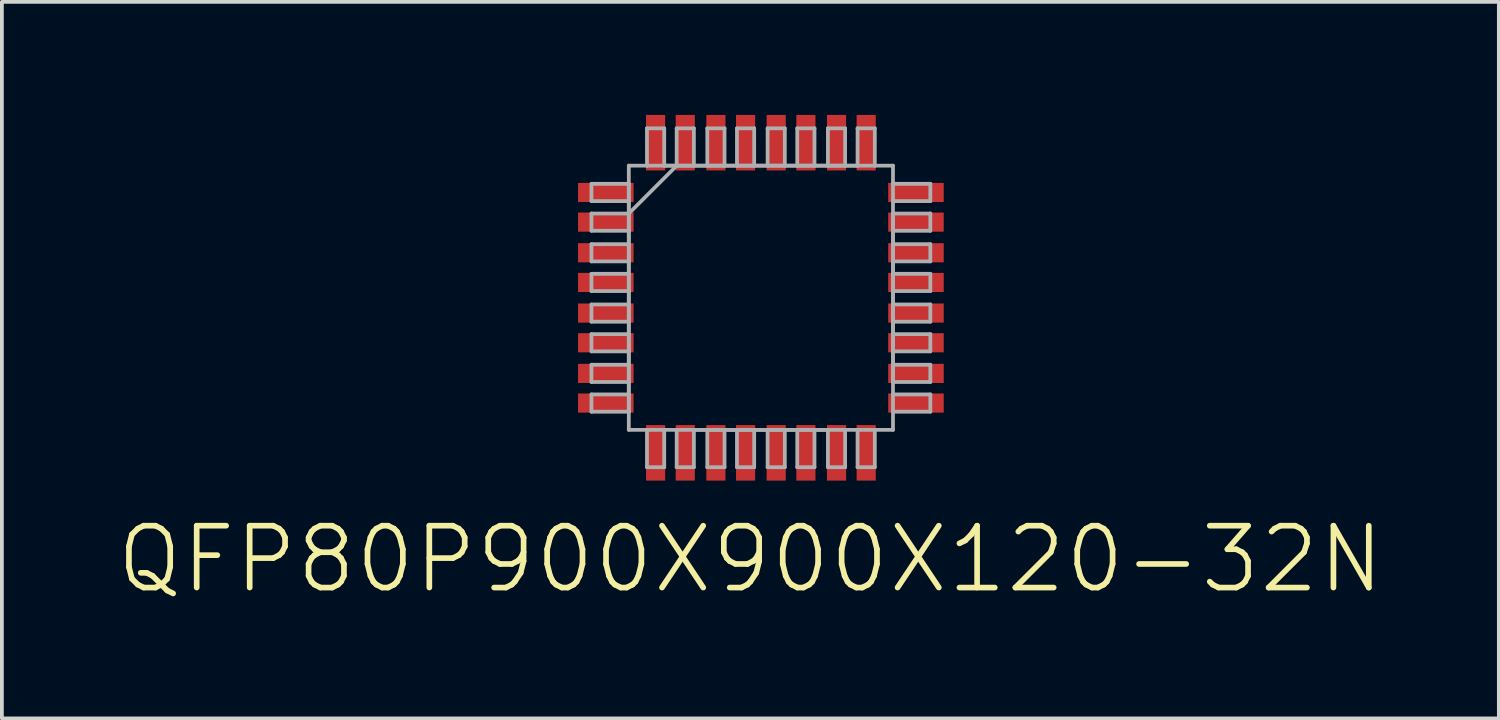
<source format=kicad_pcb>
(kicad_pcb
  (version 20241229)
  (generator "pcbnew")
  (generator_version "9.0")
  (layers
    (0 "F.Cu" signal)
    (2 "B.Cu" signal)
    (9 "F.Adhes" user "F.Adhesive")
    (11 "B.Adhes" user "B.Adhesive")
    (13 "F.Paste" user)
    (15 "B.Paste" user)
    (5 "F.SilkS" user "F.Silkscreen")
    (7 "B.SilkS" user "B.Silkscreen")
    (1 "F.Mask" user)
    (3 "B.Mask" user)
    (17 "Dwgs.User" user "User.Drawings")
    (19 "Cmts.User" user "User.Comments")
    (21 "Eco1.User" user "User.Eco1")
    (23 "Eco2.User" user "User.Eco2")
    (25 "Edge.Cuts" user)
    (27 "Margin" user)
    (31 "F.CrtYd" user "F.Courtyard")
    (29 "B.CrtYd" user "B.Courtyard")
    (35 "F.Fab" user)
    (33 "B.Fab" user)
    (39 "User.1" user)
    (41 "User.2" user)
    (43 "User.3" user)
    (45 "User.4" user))
  (footprint "QFP80P900X900X120-32N"
    (layer "F.Cu")
    (at 17.14 4.851)
    (property "Reference" "QFP80P900X900X120-32N" (at -0.28 6.938 0) (layer "F.SilkS") (effects (font (size 1.641 1.641) (thickness 0.15))))
    (attr smd)
    (fp_line (start -4.496 -3.023) (end -4.496 -2.565) (stroke (width 0.1) (type solid)) (layer "F.Fab"))
    (fp_line (start -4.496 -2.565) (end -3.505 -2.565) (stroke (width 0.1) (type solid)) (layer "F.Fab"))
    (fp_line (start -4.496 -2.235) (end -4.496 -1.778) (stroke (width 0.1) (type solid)) (layer "F.Fab"))
    (fp_line (start -4.496 -1.778) (end -3.505 -1.778) (stroke (width 0.1) (type solid)) (layer "F.Fab"))
    (fp_line (start -4.496 -1.422) (end -4.496 -0.965) (stroke (width 0.1) (type solid)) (layer "F.Fab"))
    (fp_line (start -4.496 -0.965) (end -3.505 -0.965) (stroke (width 0.1) (type solid)) (layer "F.Fab"))
    (fp_line (start -4.496 -0.635) (end -4.496 -0.178) (stroke (width 0.1) (type solid)) (layer "F.Fab"))
    (fp_line (start -4.496 -0.178) (end -3.505 -0.178) (stroke (width 0.1) (type solid)) (layer "F.Fab"))
    (fp_line (start -4.496 0.178) (end -4.496 0.635) (stroke (width 0.1) (type solid)) (layer "F.Fab"))
    (fp_line (start -4.496 0.635) (end -3.505 0.635) (stroke (width 0.1) (type solid)) (layer "F.Fab"))
    (fp_line (start -4.496 0.965) (end -4.496 1.422) (stroke (width 0.1) (type solid)) (layer "F.Fab"))
    (fp_line (start -4.496 1.422) (end -3.505 1.422) (stroke (width 0.1) (type solid)) (layer "F.Fab"))
    (fp_line (start -4.496 1.778) (end -4.496 2.235) (stroke (width 0.1) (type solid)) (layer "F.Fab"))
    (fp_line (start -4.496 2.235) (end -3.505 2.235) (stroke (width 0.1) (type solid)) (layer "F.Fab"))
    (fp_line (start -4.496 2.565) (end -4.496 3.023) (stroke (width 0.1) (type solid)) (layer "F.Fab"))
    (fp_line (start -4.496 3.023) (end -3.505 3.023) (stroke (width 0.1) (type solid)) (layer "F.Fab"))
    (fp_line (start -3.505 -3.505) (end -3.505 -3.023) (stroke (width 0.1) (type solid)) (layer "F.Fab"))
    (fp_line (start -3.505 -3.023) (end -4.496 -3.023) (stroke (width 0.1) (type solid)) (layer "F.Fab"))
    (fp_line (start -3.505 -3.023) (end -3.505 3.023) (stroke (width 0.1) (type solid)) (layer "F.Fab"))
    (fp_line (start -3.505 -2.565) (end -3.505 -3.023) (stroke (width 0.1) (type solid)) (layer "F.Fab"))
    (fp_line (start -3.505 -2.565) (end -3.505 -2.235) (stroke (width 0.1) (type solid)) (layer "F.Fab"))
    (fp_line (start -3.505 -2.235) (end -4.496 -2.235) (stroke (width 0.1) (type solid)) (layer "F.Fab"))
    (fp_line (start -3.505 -2.235) (end -2.235 -3.505) (stroke (width 0.1) (type solid)) (layer "F.Fab"))
    (fp_line (start -3.505 -1.778) (end -3.505 -2.235) (stroke (width 0.1) (type solid)) (layer "F.Fab"))
    (fp_line (start -3.505 -1.778) (end -3.505 -1.422) (stroke (width 0.1) (type solid)) (layer "F.Fab"))
    (fp_line (start -3.505 -1.422) (end -4.496 -1.422) (stroke (width 0.1) (type solid)) (layer "F.Fab"))
    (fp_line (start -3.505 -0.965) (end -3.505 -1.422) (stroke (width 0.1) (type solid)) (layer "F.Fab"))
    (fp_line (start -3.505 -0.965) (end -3.505 -0.635) (stroke (width 0.1) (type solid)) (layer "F.Fab"))
    (fp_line (start -3.505 -0.635) (end -4.496 -0.635) (stroke (width 0.1) (type solid)) (layer "F.Fab"))
    (fp_line (start -3.505 -0.178) (end -3.505 -0.635) (stroke (width 0.1) (type solid)) (layer "F.Fab"))
    (fp_line (start -3.505 -0.178) (end -3.505 0.178) (stroke (width 0.1) (type solid)) (layer "F.Fab"))
    (fp_line (start -3.505 0.178) (end -4.496 0.178) (stroke (width 0.1) (type solid)) (layer "F.Fab"))
    (fp_line (start -3.505 0.635) (end -3.505 0.178) (stroke (width 0.1) (type solid)) (layer "F.Fab"))
    (fp_line (start -3.505 0.635) (end -3.505 0.965) (stroke (width 0.1) (type solid)) (layer "F.Fab"))
    (fp_line (start -3.505 0.965) (end -4.496 0.965) (stroke (width 0.1) (type solid)) (layer "F.Fab"))
    (fp_line (start -3.505 1.422) (end -3.505 0.965) (stroke (width 0.1) (type solid)) (layer "F.Fab"))
    (fp_line (start -3.505 1.422) (end -3.505 1.778) (stroke (width 0.1) (type solid)) (layer "F.Fab"))
    (fp_line (start -3.505 1.778) (end -4.496 1.778) (stroke (width 0.1) (type solid)) (layer "F.Fab"))
    (fp_line (start -3.505 2.235) (end -3.505 1.778) (stroke (width 0.1) (type solid)) (layer "F.Fab"))
    (fp_line (start -3.505 2.235) (end -3.505 2.565) (stroke (width 0.1) (type solid)) (layer "F.Fab"))
    (fp_line (start -3.505 2.565) (end -4.496 2.565) (stroke (width 0.1) (type solid)) (layer "F.Fab"))
    (fp_line (start -3.505 3.023) (end -3.505 2.565) (stroke (width 0.1) (type solid)) (layer "F.Fab"))
    (fp_line (start -3.505 3.023) (end -3.505 3.505) (stroke (width 0.1) (type solid)) (layer "F.Fab"))
    (fp_line (start -3.505 3.505) (end -3.023 3.505) (stroke (width 0.1) (type solid)) (layer "F.Fab"))
    (fp_line (start -3.023 -4.496) (end -3.023 -3.505) (stroke (width 0.1) (type solid)) (layer "F.Fab"))
    (fp_line (start -3.023 -3.505) (end -3.505 -3.505) (stroke (width 0.1) (type solid)) (layer "F.Fab"))
    (fp_line (start -3.023 -3.505) (end -2.565 -3.505) (stroke (width 0.1) (type solid)) (layer "F.Fab"))
    (fp_line (start -3.023 3.505) (end -3.023 4.496) (stroke (width 0.1) (type solid)) (layer "F.Fab"))
    (fp_line (start -3.023 4.496) (end -2.565 4.496) (stroke (width 0.1) (type solid)) (layer "F.Fab"))
    (fp_line (start -2.565 -4.496) (end -3.023 -4.496) (stroke (width 0.1) (type solid)) (layer "F.Fab"))
    (fp_line (start -2.565 -3.505) (end -2.565 -4.496) (stroke (width 0.1) (type solid)) (layer "F.Fab"))
    (fp_line (start -2.565 3.505) (end -3.023 3.505) (stroke (width 0.1) (type solid)) (layer "F.Fab"))
    (fp_line (start -2.565 3.505) (end -2.235 3.505) (stroke (width 0.1) (type solid)) (layer "F.Fab"))
    (fp_line (start -2.565 4.496) (end -2.565 3.505) (stroke (width 0.1) (type solid)) (layer "F.Fab"))
    (fp_line (start -2.235 -4.496) (end -2.235 -3.505) (stroke (width 0.1) (type solid)) (layer "F.Fab"))
    (fp_line (start -2.235 -3.505) (end -2.565 -3.505) (stroke (width 0.1) (type solid)) (layer "F.Fab"))
    (fp_line (start -2.235 -3.505) (end -1.778 -3.505) (stroke (width 0.1) (type solid)) (layer "F.Fab"))
    (fp_line (start -2.235 3.505) (end -2.235 4.496) (stroke (width 0.1) (type solid)) (layer "F.Fab"))
    (fp_line (start -2.235 4.496) (end -1.778 4.496) (stroke (width 0.1) (type solid)) (layer "F.Fab"))
    (fp_line (start -1.778 -4.496) (end -2.235 -4.496) (stroke (width 0.1) (type solid)) (layer "F.Fab"))
    (fp_line (start -1.778 -3.505) (end -1.778 -4.496) (stroke (width 0.1) (type solid)) (layer "F.Fab"))
    (fp_line (start -1.778 3.505) (end -2.235 3.505) (stroke (width 0.1) (type solid)) (layer "F.Fab"))
    (fp_line (start -1.778 3.505) (end -1.422 3.505) (stroke (width 0.1) (type solid)) (layer "F.Fab"))
    (fp_line (start -1.778 3.505) (end 1.778 3.505) (stroke (width 0.1) (type solid)) (layer "F.Fab"))
    (fp_line (start -1.778 4.496) (end -1.778 3.505) (stroke (width 0.1) (type solid)) (layer "F.Fab"))
    (fp_line (start -1.422 -4.496) (end -1.422 -3.505) (stroke (width 0.1) (type solid)) (layer "F.Fab"))
    (fp_line (start -1.422 -3.505) (end -1.778 -3.505) (stroke (width 0.1) (type solid)) (layer "F.Fab"))
    (fp_line (start -1.422 -3.505) (end -0.965 -3.505) (stroke (width 0.1) (type solid)) (layer "F.Fab"))
    (fp_line (start -1.422 3.505) (end -1.422 4.496) (stroke (width 0.1) (type solid)) (layer "F.Fab"))
    (fp_line (start -1.422 4.496) (end -0.965 4.496) (stroke (width 0.1) (type solid)) (layer "F.Fab"))
    (fp_line (start -0.965 -4.496) (end -1.422 -4.496) (stroke (width 0.1) (type solid)) (layer "F.Fab"))
    (fp_line (start -0.965 -3.505) (end -0.965 -4.496) (stroke (width 0.1) (type solid)) (layer "F.Fab"))
    (fp_line (start -0.965 3.505) (end -1.422 3.505) (stroke (width 0.1) (type solid)) (layer "F.Fab"))
    (fp_line (start -0.965 3.505) (end -0.635 3.505) (stroke (width 0.1) (type solid)) (layer "F.Fab"))
    (fp_line (start -0.965 4.496) (end -0.965 3.505) (stroke (width 0.1) (type solid)) (layer "F.Fab"))
    (fp_line (start -0.635 -4.496) (end -0.635 -3.505) (stroke (width 0.1) (type solid)) (layer "F.Fab"))
    (fp_line (start -0.635 -3.505) (end -0.965 -3.505) (stroke (width 0.1) (type solid)) (layer "F.Fab"))
    (fp_line (start -0.635 -3.505) (end -0.178 -3.505) (stroke (width 0.1) (type solid)) (layer "F.Fab"))
    (fp_line (start -0.635 3.505) (end -0.635 4.496) (stroke (width 0.1) (type solid)) (layer "F.Fab"))
    (fp_line (start -0.635 4.496) (end -0.178 4.496) (stroke (width 0.1) (type solid)) (layer "F.Fab"))
    (fp_line (start -0.178 -4.496) (end -0.635 -4.496) (stroke (width 0.1) (type solid)) (layer "F.Fab"))
    (fp_line (start -0.178 -3.505) (end -0.178 -4.496) (stroke (width 0.1) (type solid)) (layer "F.Fab"))
    (fp_line (start -0.178 3.505) (end -0.635 3.505) (stroke (width 0.1) (type solid)) (layer "F.Fab"))
    (fp_line (start -0.178 3.505) (end 0.178 3.505) (stroke (width 0.1) (type solid)) (layer "F.Fab"))
    (fp_line (start -0.178 4.496) (end -0.178 3.505) (stroke (width 0.1) (type solid)) (layer "F.Fab"))
    (fp_line (start 0.178 -4.496) (end 0.178 -3.505) (stroke (width 0.1) (type solid)) (layer "F.Fab"))
    (fp_line (start 0.178 -3.505) (end -0.178 -3.505) (stroke (width 0.1) (type solid)) (layer "F.Fab"))
    (fp_line (start 0.178 -3.505) (end 0.635 -3.505) (stroke (width 0.1) (type solid)) (layer "F.Fab"))
    (fp_line (start 0.178 3.505) (end 0.178 4.496) (stroke (width 0.1) (type solid)) (layer "F.Fab"))
    (fp_line (start 0.178 4.496) (end 0.635 4.496) (stroke (width 0.1) (type solid)) (layer "F.Fab"))
    (fp_line (start 0.635 -4.496) (end 0.178 -4.496) (stroke (width 0.1) (type solid)) (layer "F.Fab"))
    (fp_line (start 0.635 -3.505) (end 0.635 -4.496) (stroke (width 0.1) (type solid)) (layer "F.Fab"))
    (fp_line (start 0.635 3.505) (end 0.178 3.505) (stroke (width 0.1) (type solid)) (layer "F.Fab"))
    (fp_line (start 0.635 3.505) (end 0.965 3.505) (stroke (width 0.1) (type solid)) (layer "F.Fab"))
    (fp_line (start 0.635 4.496) (end 0.635 3.505) (stroke (width 0.1) (type solid)) (layer "F.Fab"))
    (fp_line (start 0.965 -4.496) (end 0.965 -3.505) (stroke (width 0.1) (type solid)) (layer "F.Fab"))
    (fp_line (start 0.965 -3.505) (end 0.635 -3.505) (stroke (width 0.1) (type solid)) (layer "F.Fab"))
    (fp_line (start 0.965 -3.505) (end 1.422 -3.505) (stroke (width 0.1) (type solid)) (layer "F.Fab"))
    (fp_line (start 0.965 3.505) (end 0.965 4.496) (stroke (width 0.1) (type solid)) (layer "F.Fab"))
    (fp_line (start 0.965 4.496) (end 1.422 4.496) (stroke (width 0.1) (type solid)) (layer "F.Fab"))
    (fp_line (start 1.422 -4.496) (end 0.965 -4.496) (stroke (width 0.1) (type solid)) (layer "F.Fab"))
    (fp_line (start 1.422 -3.505) (end 1.422 -4.496) (stroke (width 0.1) (type solid)) (layer "F.Fab"))
    (fp_line (start 1.422 3.505) (end 0.965 3.505) (stroke (width 0.1) (type solid)) (layer "F.Fab"))
    (fp_line (start 1.422 3.505) (end 1.778 3.505) (stroke (width 0.1) (type solid)) (layer "F.Fab"))
    (fp_line (start 1.422 4.496) (end 1.422 3.505) (stroke (width 0.1) (type solid)) (layer "F.Fab"))
    (fp_line (start 1.778 -4.496) (end 1.778 -3.505) (stroke (width 0.1) (type solid)) (layer "F.Fab"))
    (fp_line (start 1.778 -3.505) (end 1.422 -3.505) (stroke (width 0.1) (type solid)) (layer "F.Fab"))
    (fp_line (start 1.778 -3.505) (end 2.235 -3.505) (stroke (width 0.1) (type solid)) (layer "F.Fab"))
    (fp_line (start 1.778 3.505) (end 1.778 4.496) (stroke (width 0.1) (type solid)) (layer "F.Fab"))
    (fp_line (start 1.778 4.496) (end 2.235 4.496) (stroke (width 0.1) (type solid)) (layer "F.Fab"))
    (fp_line (start 2.235 -4.496) (end 1.778 -4.496) (stroke (width 0.1) (type solid)) (layer "F.Fab"))
    (fp_line (start 2.235 -3.505) (end 2.235 -4.496) (stroke (width 0.1) (type solid)) (layer "F.Fab"))
    (fp_line (start 2.235 3.505) (end 1.778 3.505) (stroke (width 0.1) (type solid)) (layer "F.Fab"))
    (fp_line (start 2.235 3.505) (end 2.565 3.505) (stroke (width 0.1) (type solid)) (layer "F.Fab"))
    (fp_line (start 2.235 4.496) (end 2.235 3.505) (stroke (width 0.1) (type solid)) (layer "F.Fab"))
    (fp_line (start 2.565 -4.496) (end 2.565 -3.505) (stroke (width 0.1) (type solid)) (layer "F.Fab"))
    (fp_line (start 2.565 -3.505) (end -2.565 -3.505) (stroke (width 0.1) (type solid)) (layer "F.Fab"))
    (fp_line (start 2.565 -3.505) (end 2.235 -3.505) (stroke (width 0.1) (type solid)) (layer "F.Fab"))
    (fp_line (start 2.565 -3.505) (end 3.023 -3.505) (stroke (width 0.1) (type solid)) (layer "F.Fab"))
    (fp_line (start 2.565 3.505) (end 2.565 4.496) (stroke (width 0.1) (type solid)) (layer "F.Fab"))
    (fp_line (start 2.565 4.496) (end 3.023 4.496) (stroke (width 0.1) (type solid)) (layer "F.Fab"))
    (fp_line (start 3.023 -4.496) (end 2.565 -4.496) (stroke (width 0.1) (type solid)) (layer "F.Fab"))
    (fp_line (start 3.023 -3.505) (end 3.023 -4.496) (stroke (width 0.1) (type solid)) (layer "F.Fab"))
    (fp_line (start 3.023 3.505) (end 2.565 3.505) (stroke (width 0.1) (type solid)) (layer "F.Fab"))
    (fp_line (start 3.023 3.505) (end 3.505 3.505) (stroke (width 0.1) (type solid)) (layer "F.Fab"))
    (fp_line (start 3.023 4.496) (end 3.023 3.505) (stroke (width 0.1) (type solid)) (layer "F.Fab"))
    (fp_line (start 3.505 -3.505) (end 3.023 -3.505) (stroke (width 0.1) (type solid)) (layer "F.Fab"))
    (fp_line (start 3.505 -3.023) (end 3.505 -3.505) (stroke (width 0.1) (type solid)) (layer "F.Fab"))
    (fp_line (start 3.505 -3.023) (end 3.505 -2.565) (stroke (width 0.1) (type solid)) (layer "F.Fab"))
    (fp_line (start 3.505 -2.565) (end 4.496 -2.565) (stroke (width 0.1) (type solid)) (layer "F.Fab"))
    (fp_line (start 3.505 -2.235) (end 3.505 -2.565) (stroke (width 0.1) (type solid)) (layer "F.Fab"))
    (fp_line (start 3.505 -2.235) (end 3.505 -1.778) (stroke (width 0.1) (type solid)) (layer "F.Fab"))
    (fp_line (start 3.505 -1.778) (end 4.496 -1.778) (stroke (width 0.1) (type solid)) (layer "F.Fab"))
    (fp_line (start 3.505 -1.422) (end 3.505 -1.778) (stroke (width 0.1) (type solid)) (layer "F.Fab"))
    (fp_line (start 3.505 -1.422) (end 3.505 -0.965) (stroke (width 0.1) (type solid)) (layer "F.Fab"))
    (fp_line (start 3.505 -0.965) (end 4.496 -0.965) (stroke (width 0.1) (type solid)) (layer "F.Fab"))
    (fp_line (start 3.505 -0.635) (end 3.505 -0.965) (stroke (width 0.1) (type solid)) (layer "F.Fab"))
    (fp_line (start 3.505 -0.635) (end 3.505 -0.178) (stroke (width 0.1) (type solid)) (layer "F.Fab"))
    (fp_line (start 3.505 -0.178) (end 4.496 -0.178) (stroke (width 0.1) (type solid)) (layer "F.Fab"))
    (fp_line (start 3.505 0.178) (end 3.505 -0.178) (stroke (width 0.1) (type solid)) (layer "F.Fab"))
    (fp_line (start 3.505 0.178) (end 3.505 0.635) (stroke (width 0.1) (type solid)) (layer "F.Fab"))
    (fp_line (start 3.505 0.635) (end 4.496 0.635) (stroke (width 0.1) (type solid)) (layer "F.Fab"))
    (fp_line (start 3.505 0.965) (end 3.505 0.635) (stroke (width 0.1) (type solid)) (layer "F.Fab"))
    (fp_line (start 3.505 0.965) (end 3.505 1.422) (stroke (width 0.1) (type solid)) (layer "F.Fab"))
    (fp_line (start 3.505 1.422) (end 4.496 1.422) (stroke (width 0.1) (type solid)) (layer "F.Fab"))
    (fp_line (start 3.505 1.778) (end 3.505 1.422) (stroke (width 0.1) (type solid)) (layer "F.Fab"))
    (fp_line (start 3.505 1.778) (end 3.505 2.235) (stroke (width 0.1) (type solid)) (layer "F.Fab"))
    (fp_line (start 3.505 2.235) (end 3.505 -2.235) (stroke (width 0.1) (type solid)) (layer "F.Fab"))
    (fp_line (start 3.505 2.235) (end 4.496 2.235) (stroke (width 0.1) (type solid)) (layer "F.Fab"))
    (fp_line (start 3.505 2.565) (end 3.505 2.235) (stroke (width 0.1) (type solid)) (layer "F.Fab"))
    (fp_line (start 3.505 2.565) (end 3.505 3.023) (stroke (width 0.1) (type solid)) (layer "F.Fab"))
    (fp_line (start 3.505 3.023) (end 4.496 3.023) (stroke (width 0.1) (type solid)) (layer "F.Fab"))
    (fp_line (start 3.505 3.505) (end 3.505 3.023) (stroke (width 0.1) (type solid)) (layer "F.Fab"))
    (fp_line (start 4.496 -3.023) (end 3.505 -3.023) (stroke (width 0.1) (type solid)) (layer "F.Fab"))
    (fp_line (start 4.496 -2.565) (end 4.496 -3.023) (stroke (width 0.1) (type solid)) (layer "F.Fab"))
    (fp_line (start 4.496 -2.235) (end 3.505 -2.235) (stroke (width 0.1) (type solid)) (layer "F.Fab"))
    (fp_line (start 4.496 -1.778) (end 4.496 -2.235) (stroke (width 0.1) (type solid)) (layer "F.Fab"))
    (fp_line (start 4.496 -1.422) (end 3.505 -1.422) (stroke (width 0.1) (type solid)) (layer "F.Fab"))
    (fp_line (start 4.496 -0.965) (end 4.496 -1.422) (stroke (width 0.1) (type solid)) (layer "F.Fab"))
    (fp_line (start 4.496 -0.635) (end 3.505 -0.635) (stroke (width 0.1) (type solid)) (layer "F.Fab"))
    (fp_line (start 4.496 -0.178) (end 4.496 -0.635) (stroke (width 0.1) (type solid)) (layer "F.Fab"))
    (fp_line (start 4.496 0.178) (end 3.505 0.178) (stroke (width 0.1) (type solid)) (layer "F.Fab"))
    (fp_line (start 4.496 0.635) (end 4.496 0.178) (stroke (width 0.1) (type solid)) (layer "F.Fab"))
    (fp_line (start 4.496 0.965) (end 3.505 0.965) (stroke (width 0.1) (type solid)) (layer "F.Fab"))
    (fp_line (start 4.496 1.422) (end 4.496 0.965) (stroke (width 0.1) (type solid)) (layer "F.Fab"))
    (fp_line (start 4.496 1.778) (end 3.505 1.778) (stroke (width 0.1) (type solid)) (layer "F.Fab"))
    (fp_line (start 4.496 2.235) (end 4.496 1.778) (stroke (width 0.1) (type solid)) (layer "F.Fab"))
    (fp_line (start 4.496 2.565) (end 3.505 2.565) (stroke (width 0.1) (type solid)) (layer "F.Fab"))
    (fp_line (start 4.496 3.023) (end 4.496 2.565) (stroke (width 0.1) (type solid)) (layer "F.Fab"))
    (pad "1" smd rect (at -4.115 -2.794 270) (size 0.508 1.473) (layers "F.Cu" "F.Mask" "F.Paste"))
    (pad "2" smd rect (at -4.115 -2.007 270) (size 0.508 1.473) (layers "F.Cu" "F.Mask" "F.Paste"))
    (pad "3" smd rect (at -4.115 -1.194 270) (size 0.508 1.473) (layers "F.Cu" "F.Mask" "F.Paste"))
    (pad "4" smd rect (at -4.115 -0.406 270) (size 0.508 1.473) (layers "F.Cu" "F.Mask" "F.Paste"))
    (pad "5" smd rect (at -4.115 0.406 270) (size 0.508 1.473) (layers "F.Cu" "F.Mask" "F.Paste"))
    (pad "6" smd rect (at -4.115 1.194 270) (size 0.508 1.473) (layers "F.Cu" "F.Mask" "F.Paste"))
    (pad "7" smd rect (at -4.115 2.007 270) (size 0.508 1.473) (layers "F.Cu" "F.Mask" "F.Paste"))
    (pad "8" smd rect (at -4.115 2.794 270) (size 0.508 1.473) (layers "F.Cu" "F.Mask" "F.Paste"))
    (pad "9" smd rect (at -2.794 4.115 180) (size 0.508 1.473) (layers "F.Cu" "F.Mask" "F.Paste"))
    (pad "10" smd rect (at -2.007 4.115 180) (size 0.508 1.473) (layers "F.Cu" "F.Mask" "F.Paste"))
    (pad "11" smd rect (at -1.194 4.115 180) (size 0.508 1.473) (layers "F.Cu" "F.Mask" "F.Paste"))
    (pad "12" smd rect (at -0.406 4.115 180) (size 0.508 1.473) (layers "F.Cu" "F.Mask" "F.Paste"))
    (pad "13" smd rect (at 0.406 4.115 180) (size 0.508 1.473) (layers "F.Cu" "F.Mask" "F.Paste"))
    (pad "14" smd rect (at 1.194 4.115 180) (size 0.508 1.473) (layers "F.Cu" "F.Mask" "F.Paste"))
    (pad "15" smd rect (at 2.007 4.115 180) (size 0.508 1.473) (layers "F.Cu" "F.Mask" "F.Paste"))
    (pad "16" smd rect (at 2.794 4.115 180) (size 0.508 1.473) (layers "F.Cu" "F.Mask" "F.Paste"))
    (pad "17" smd rect (at 4.115 2.794 270) (size 0.508 1.473) (layers "F.Cu" "F.Mask" "F.Paste"))
    (pad "18" smd rect (at 4.115 2.007 270) (size 0.508 1.473) (layers "F.Cu" "F.Mask" "F.Paste"))
    (pad "19" smd rect (at 4.115 1.194 270) (size 0.508 1.473) (layers "F.Cu" "F.Mask" "F.Paste"))
    (pad "20" smd rect (at 4.115 0.406 270) (size 0.508 1.473) (layers "F.Cu" "F.Mask" "F.Paste"))
    (pad "21" smd rect (at 4.115 -0.406 270) (size 0.508 1.473) (layers "F.Cu" "F.Mask" "F.Paste"))
    (pad "22" smd rect (at 4.115 -1.194 270) (size 0.508 1.473) (layers "F.Cu" "F.Mask" "F.Paste"))
    (pad "23" smd rect (at 4.115 -2.007 270) (size 0.508 1.473) (layers "F.Cu" "F.Mask" "F.Paste"))
    (pad "24" smd rect (at 4.115 -2.794 270) (size 0.508 1.473) (layers "F.Cu" "F.Mask" "F.Paste"))
    (pad "25" smd rect (at 2.794 -4.115 180) (size 0.508 1.473) (layers "F.Cu" "F.Mask" "F.Paste"))
    (pad "26" smd rect (at 2.007 -4.115 180) (size 0.508 1.473) (layers "F.Cu" "F.Mask" "F.Paste"))
    (pad "27" smd rect (at 1.194 -4.115 180) (size 0.508 1.473) (layers "F.Cu" "F.Mask" "F.Paste"))
    (pad "28" smd rect (at 0.406 -4.115 180) (size 0.508 1.473) (layers "F.Cu" "F.Mask" "F.Paste"))
    (pad "29" smd rect (at -0.406 -4.115 180) (size 0.508 1.473) (layers "F.Cu" "F.Mask" "F.Paste"))
    (pad "30" smd rect (at -1.194 -4.115 180) (size 0.508 1.473) (layers "F.Cu" "F.Mask" "F.Paste"))
    (pad "31" smd rect (at -2.007 -4.115 180) (size 0.508 1.473) (layers "F.Cu" "F.Mask" "F.Paste"))
    (pad "32" smd rect (at -2.794 -4.115 180) (size 0.508 1.473) (layers "F.Cu" "F.Mask" "F.Paste")))
  (gr_rect
    (start -3 -3)
    (end 36.721 16.012)
    (stroke (width 0.1) (type default))
    (fill no)
    (layer "Edge.Cuts")))
</source>
